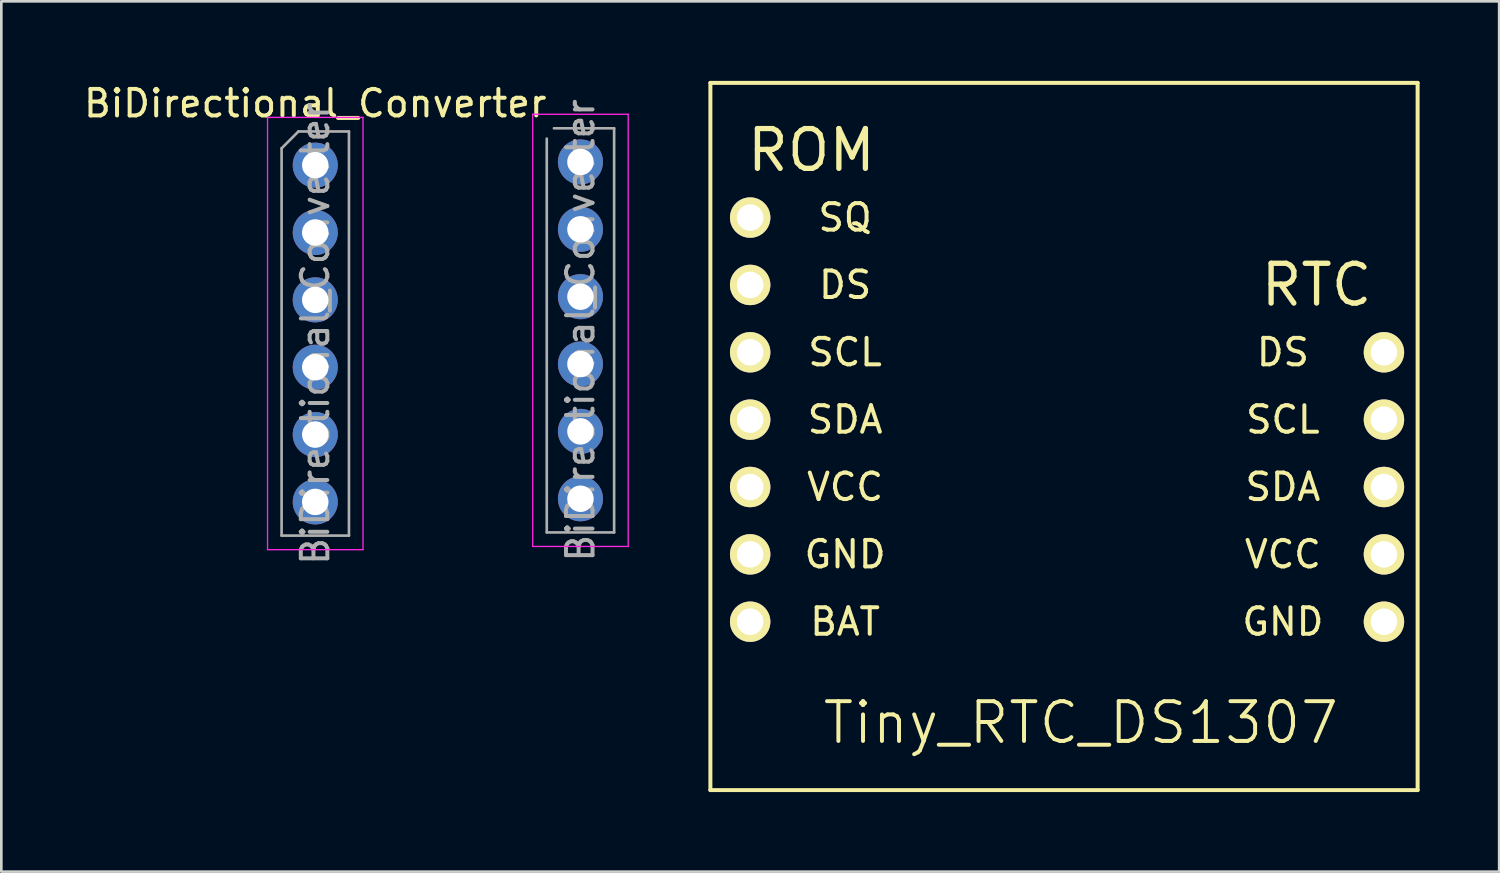
<source format=kicad_pcb>
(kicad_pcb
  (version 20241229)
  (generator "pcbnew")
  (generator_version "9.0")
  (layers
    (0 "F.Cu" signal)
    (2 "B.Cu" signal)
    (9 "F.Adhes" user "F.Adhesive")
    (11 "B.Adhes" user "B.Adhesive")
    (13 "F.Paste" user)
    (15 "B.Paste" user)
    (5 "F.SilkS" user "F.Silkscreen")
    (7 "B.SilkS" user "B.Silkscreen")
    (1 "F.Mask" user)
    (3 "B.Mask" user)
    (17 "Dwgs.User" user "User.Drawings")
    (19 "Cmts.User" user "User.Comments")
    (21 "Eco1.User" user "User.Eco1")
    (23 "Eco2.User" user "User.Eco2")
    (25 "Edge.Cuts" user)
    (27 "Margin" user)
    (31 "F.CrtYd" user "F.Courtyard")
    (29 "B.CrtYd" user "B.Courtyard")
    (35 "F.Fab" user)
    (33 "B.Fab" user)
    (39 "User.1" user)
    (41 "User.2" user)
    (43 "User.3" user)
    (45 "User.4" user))
  (footprint "BiDirectional_Converter"
    (layer "F.Cu")
    (at 8.839 3.178)
    (property "Reference" "BiDirectional_Converter" (at 0 -2.33 0) (layer "F.SilkS") (effects (font (size 1 1) (thickness 0.15))))
    (attr through_hole)
    (fp_line (start -1.8 -1.8) (end 1.8 -1.8) (stroke (width 0.05) (type solid)) (layer "F.CrtYd"))
    (fp_line (start -1.8 14.5) (end -1.8 -1.8) (stroke (width 0.05) (type solid)) (layer "F.CrtYd"))
    (fp_line (start 1.8 -1.8) (end 1.8 14.5) (stroke (width 0.05) (type solid)) (layer "F.CrtYd"))
    (fp_line (start 1.8 14.5) (end -1.8 14.5) (stroke (width 0.05) (type solid)) (layer "F.CrtYd"))
    (fp_line (start 8.2 -1.92) (end 11.8 -1.92) (stroke (width 0.05) (type solid)) (layer "F.CrtYd"))
    (fp_line (start 8.2 14.38) (end 8.2 -1.92) (stroke (width 0.05) (type solid)) (layer "F.CrtYd"))
    (fp_line (start 11.8 -1.92) (end 11.8 14.38) (stroke (width 0.05) (type solid)) (layer "F.CrtYd"))
    (fp_line (start 11.8 14.38) (end 8.2 14.38) (stroke (width 0.05) (type solid)) (layer "F.CrtYd"))
    (fp_line (start -1.27 -0.635) (end -1.27 13.97) (stroke (width 0.1) (type solid)) (layer "F.Fab"))
    (fp_line (start -1.27 13.97) (end 1.27 13.97) (stroke (width 0.1) (type solid)) (layer "F.Fab"))
    (fp_line (start -0.635 -1.27) (end -1.27 -0.635) (stroke (width 0.1) (type solid)) (layer "F.Fab"))
    (fp_line (start 1.27 -1.27) (end -0.635 -1.27) (stroke (width 0.1) (type solid)) (layer "F.Fab"))
    (fp_line (start 1.27 13.97) (end 1.27 -1.27) (stroke (width 0.1) (type solid)) (layer "F.Fab"))
    (fp_line (start 8.73 -1) (end 8.73 13.85) (stroke (width 0.1) (type solid)) (layer "F.Fab"))
    (fp_line (start 8.73 13.85) (end 11.27 13.85) (stroke (width 0.1) (type solid)) (layer "F.Fab"))
    (fp_line (start 11.27 -1.39) (end 9 -1.39) (stroke (width 0.1) (type solid)) (layer "F.Fab"))
    (fp_line (start 11.27 13.85) (end 11.27 -1.39) (stroke (width 0.1) (type solid)) (layer "F.Fab"))
    (fp_text user "${REFERENCE}" (at 0 6.35 90) (layer "F.Fab") (effects (font (size 1 1) (thickness 0.15))))
    (fp_text user "${REFERENCE}" (at 10 6.23 90) (layer "F.Fab") (effects (font (size 1 1) (thickness 0.15))))
    (pad "1" thru_hole circle (at 0 0 180) (size 1.7 1.7) (drill 1) (layers "*.Cu" "*.Mask"))
    (pad "2" thru_hole oval (at 0 2.54 180) (size 1.7 1.7) (drill 1) (layers "*.Cu" "*.Mask"))
    (pad "3" thru_hole oval (at 0 5.08 180) (size 1.7 1.7) (drill 1) (layers "*.Cu" "*.Mask"))
    (pad "4" thru_hole oval (at 0 7.62 180) (size 1.7 1.7) (drill 1) (layers "*.Cu" "*.Mask"))
    (pad "5" thru_hole oval (at 0 10.16 180) (size 1.7 1.7) (drill 1) (layers "*.Cu" "*.Mask"))
    (pad "6" thru_hole oval (at 0 12.7 180) (size 1.7 1.7) (drill 1) (layers "*.Cu" "*.Mask"))
    (pad "7" thru_hole oval (at 10 12.58 180) (size 1.7 1.7) (drill 1) (layers "*.Cu" "*.Mask"))
    (pad "8" thru_hole oval (at 10 10.04 180) (size 1.7 1.7) (drill 1) (layers "*.Cu" "*.Mask"))
    (pad "9" thru_hole oval (at 10 7.5 180) (size 1.7 1.7) (drill 1) (layers "*.Cu" "*.Mask"))
    (pad "10" thru_hole oval (at 10 4.96 180) (size 1.7 1.7) (drill 1) (layers "*.Cu" "*.Mask"))
    (pad "11" thru_hole oval (at 10 2.42 180) (size 1.7 1.7) (drill 1) (layers "*.Cu" "*.Mask"))
    (pad "12" thru_hole circle (at 10 -0.12 180) (size 1.7 1.7) (drill 1) (layers "*.Cu" "*.Mask")))
  (footprint "Tiny_RTC_DS1307"
    (layer "F.Cu")
    (at 37.709 15.315)
    (property "Reference" "Tiny_RTC_DS1307" (at 0 8.89 0) (layer "F.SilkS") (effects (font (size 1.5 1.5) (thickness 0.15))))
    (attr through_hole)
    (fp_line (start -13.97 -15.24) (end 12.7 -15.24) (stroke (width 0.15) (type solid)) (layer "F.SilkS"))
    (fp_line (start -13.97 11.43) (end -13.97 -15.24) (stroke (width 0.15) (type solid)) (layer "F.SilkS"))
    (fp_line (start 12.7 -15.24) (end 12.7 11.43) (stroke (width 0.15) (type solid)) (layer "F.SilkS"))
    (fp_line (start 12.7 11.43) (end -13.97 11.43) (stroke (width 0.15) (type solid)) (layer "F.SilkS"))
    (fp_text user "SCL" (at -8.89 -5.08 0) (layer "F.SilkS") (effects (font (size 1 1) (thickness 0.15))))
    (fp_text user "SCL" (at 7.62 -2.54 0) (layer "F.SilkS") (effects (font (size 1 1) (thickness 0.15))))
    (fp_text user "ROM" (at -10.16 -12.7 0) (layer "F.SilkS") (effects (font (size 1.5 1.5) (thickness 0.2))))
    (fp_text user "RTC" (at 8.89 -7.62 0) (layer "F.SilkS") (effects (font (size 1.5 1.5) (thickness 0.2))))
    (fp_text user "SQ" (at -8.89 -10.16 0) (layer "F.SilkS") (effects (font (size 1 1) (thickness 0.15))))
    (fp_text user "SDA" (at 7.62 0 0) (layer "F.SilkS") (effects (font (size 1 1) (thickness 0.15))))
    (fp_text user "DS" (at 7.62 -5.08 0) (layer "F.SilkS") (effects (font (size 1 1) (thickness 0.15))))
    (fp_text user "DS" (at -8.89 -7.62 0) (layer "F.SilkS") (effects (font (size 1 1) (thickness 0.15))))
    (fp_text user "GND" (at -8.89 2.54 0) (layer "F.SilkS") (effects (font (size 1 1) (thickness 0.15))))
    (fp_text user "VCC" (at -8.89 0 0) (layer "F.SilkS") (effects (font (size 1 1) (thickness 0.15))))
    (fp_text user "GND" (at 7.62 5.08 0) (layer "F.SilkS") (effects (font (size 1 1) (thickness 0.15))))
    (fp_text user "VCC" (at 7.62 2.54 0) (layer "F.SilkS") (effects (font (size 1 1) (thickness 0.15))))
    (fp_text user "SDA" (at -8.89 -2.54 0) (layer "F.SilkS") (effects (font (size 1 1) (thickness 0.15))))
    (fp_text user "BAT" (at -8.89 5.08 0) (layer "F.SilkS") (effects (font (size 1 1) (thickness 0.15))))
    (pad "1" thru_hole circle (at -12.47 5.08) (size 1.524 1.524) (drill 1) (layers "*.Cu" "*.Mask" "F.SilkS"))
    (pad "2" thru_hole circle (at -12.47 2.54) (size 1.524 1.524) (drill 1) (layers "*.Cu" "*.Mask" "F.SilkS"))
    (pad "3" thru_hole circle (at -12.47 0) (size 1.524 1.524) (drill 1) (layers "*.Cu" "*.Mask" "F.SilkS"))
    (pad "4" thru_hole circle (at -12.47 -2.54) (size 1.524 1.524) (drill 1) (layers "*.Cu" "*.Mask" "F.SilkS"))
    (pad "5" thru_hole circle (at -12.47 -5.08) (size 1.524 1.524) (drill 1) (layers "*.Cu" "*.Mask" "F.SilkS"))
    (pad "6" thru_hole circle (at -12.47 -7.62) (size 1.524 1.524) (drill 1) (layers "*.Cu" "*.Mask" "F.SilkS"))
    (pad "7" thru_hole circle (at -12.47 -10.16) (size 1.524 1.524) (drill 1) (layers "*.Cu" "*.Mask" "F.SilkS"))
    (pad "8" thru_hole circle (at 11.43 5.08) (size 1.524 1.524) (drill 1) (layers "*.Cu" "*.Mask" "F.SilkS"))
    (pad "9" thru_hole circle (at 11.43 2.54) (size 1.524 1.524) (drill 1) (layers "*.Cu" "*.Mask" "F.SilkS"))
    (pad "10" thru_hole circle (at 11.43 0) (size 1.524 1.524) (drill 1) (layers "*.Cu" "*.Mask" "F.SilkS"))
    (pad "11" thru_hole circle (at 11.43 -2.54) (size 1.524 1.524) (drill 1) (layers "*.Cu" "*.Mask" "F.SilkS"))
    (pad "12" thru_hole circle (at 11.43 -5.08) (size 1.524 1.524) (drill 1) (layers "*.Cu" "*.Mask" "F.SilkS")))
  (gr_rect
    (start -3 -3)
    (end 53.484 29.82)
    (stroke (width 0.1) (type default))
    (fill no)
    (layer "Edge.Cuts")))
</source>
